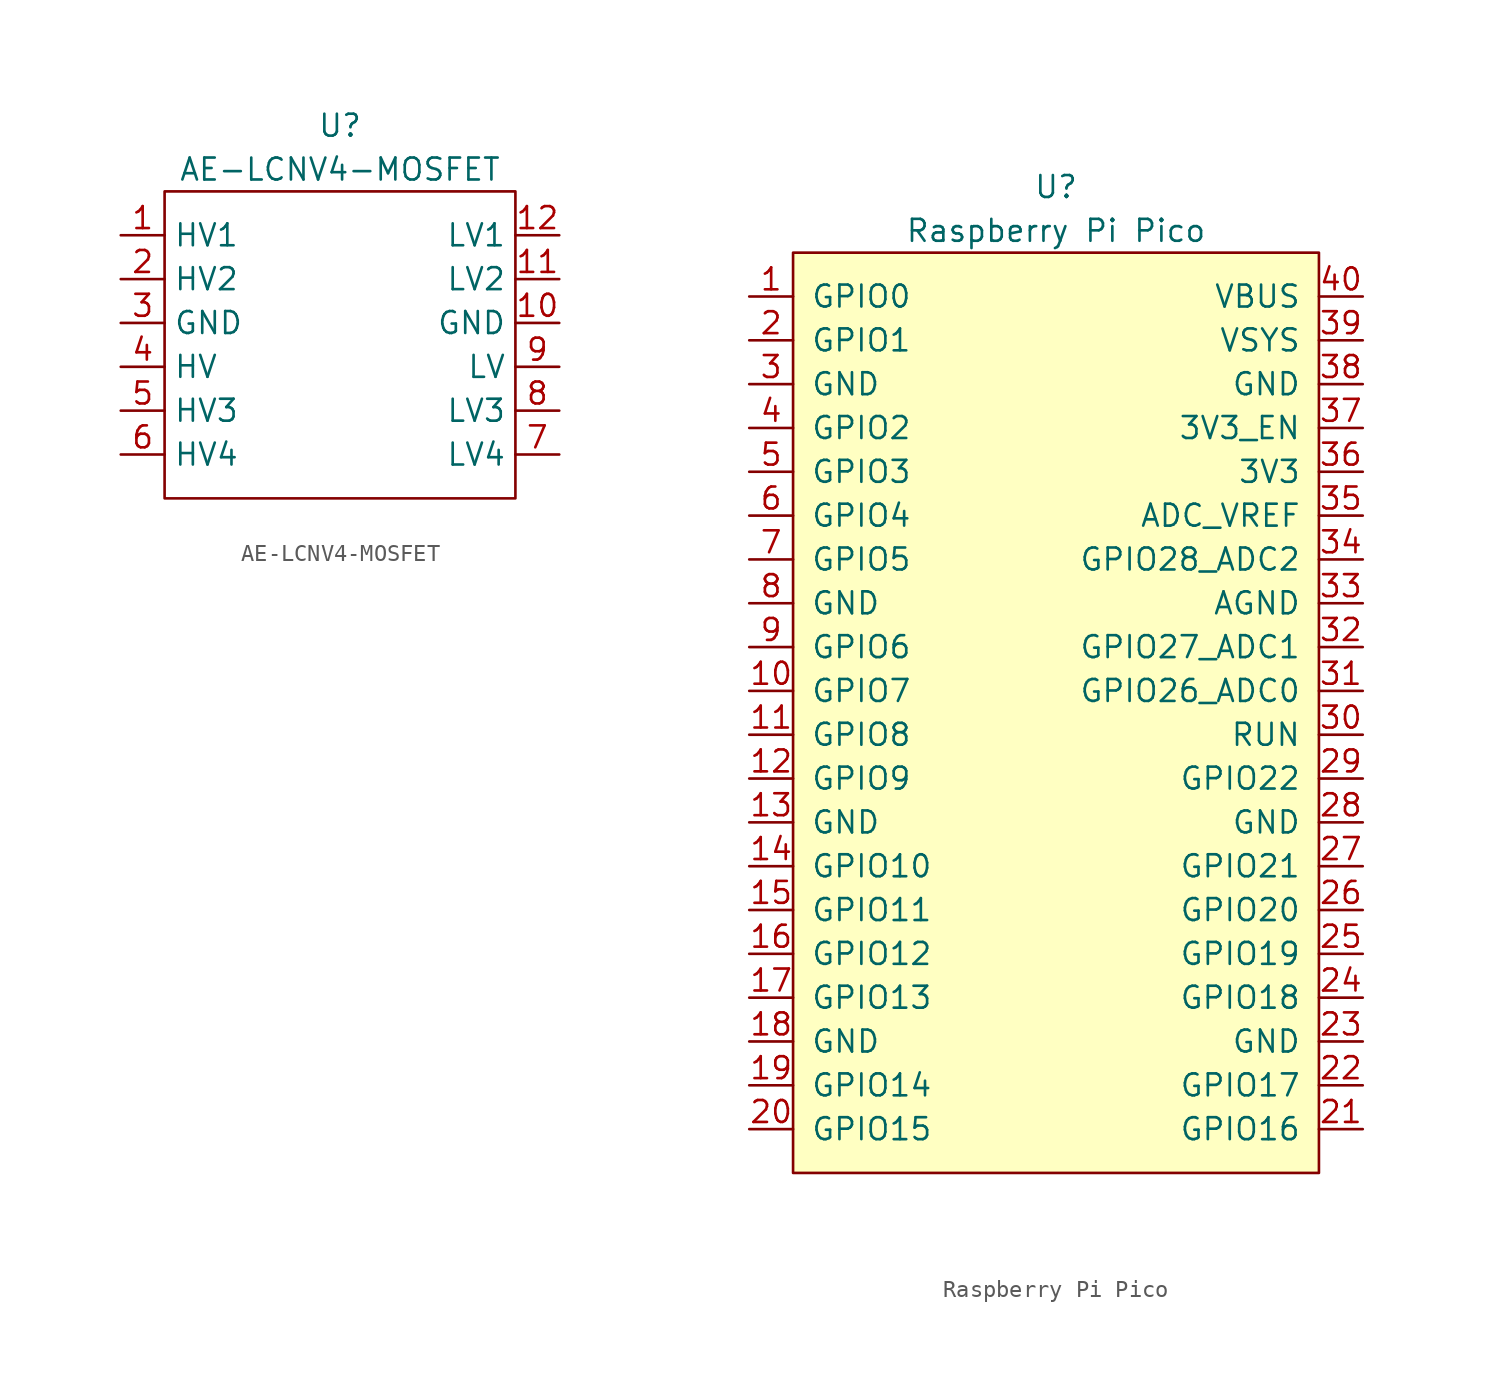
<source format=kicad_sym>
(kicad_symbol_lib
  (version 20211014)
  (generator kicad_symbol_editor)
  (symbol "AE-LCNV4-MOSFET"
    (property "Reference" "U"
      (at 0 12.7 0)
      (effects (font (size 1.27 1.27))))
    (property "Value" "AE-LCNV4-MOSFET"
      (at 0 10.16 0)
      (effects (font (size 1.27 1.27))))
    (symbol "AE-LCNV4-MOSFET_0_0"
      (pin bidirectional line (at -12.7 6.35 0) (length 2.54) (name "HV1" (effects (font (size 1.27 1.27)))) (number "1" (effects (font (size 1.27 1.27)))))
      (pin power_in line (at 12.7 1.27 180) (length 2.54) (name "GND" (effects (font (size 1.27 1.27)))) (number "10" (effects (font (size 1.27 1.27)))))
      (pin bidirectional line (at 12.7 3.81 180) (length 2.54) (name "LV2" (effects (font (size 1.27 1.27)))) (number "11" (effects (font (size 1.27 1.27)))))
      (pin bidirectional line (at 12.7 6.35 180) (length 2.54) (name "LV1" (effects (font (size 1.27 1.27)))) (number "12" (effects (font (size 1.27 1.27)))))
      (pin bidirectional line (at -12.7 3.81 0) (length 2.54) (name "HV2" (effects (font (size 1.27 1.27)))) (number "2" (effects (font (size 1.27 1.27)))))
      (pin power_in line (at -12.7 1.27 0) (length 2.54) (name "GND" (effects (font (size 1.27 1.27)))) (number "3" (effects (font (size 1.27 1.27)))))
      (pin power_in line (at -12.7 -1.27 0) (length 2.54) (name "HV" (effects (font (size 1.27 1.27)))) (number "4" (effects (font (size 1.27 1.27)))))
      (pin bidirectional line (at -12.7 -3.81 0) (length 2.54) (name "HV3" (effects (font (size 1.27 1.27)))) (number "5" (effects (font (size 1.27 1.27)))))
      (pin bidirectional line (at -12.7 -6.35 0) (length 2.54) (name "HV4" (effects (font (size 1.27 1.27)))) (number "6" (effects (font (size 1.27 1.27)))))
      (pin bidirectional line (at 12.7 -6.35 180) (length 2.54) (name "LV4" (effects (font (size 1.27 1.27)))) (number "7" (effects (font (size 1.27 1.27)))))
      (pin bidirectional line (at 12.7 -3.81 180) (length 2.54) (name "LV3" (effects (font (size 1.27 1.27)))) (number "8" (effects (font (size 1.27 1.27)))))
      (pin power_in line (at 12.7 -1.27 180) (length 2.54) (name "LV" (effects (font (size 1.27 1.27)))) (number "9" (effects (font (size 1.27 1.27))))))
    (symbol "AE-LCNV4-MOSFET_0_1"
      (rectangle (start -10.16 8.89) (end 10.16 -8.89) (stroke (width 0) (type default) (color 0 0 0 0)) (fill (type none)))))
  (symbol "Raspberry Pi Pico"
    (pin_names
      (offset 1.016))
    (property "Reference" "U"
      (at 0 30.48 0)
      (effects (font (size 1.27 1.27))))
    (property "Value" "Raspberry Pi Pico"
      (at 0 27.94 0)
      (effects (font (size 1.27 1.27))))
    (symbol "Raspberry Pi Pico_0_1"
      (rectangle (start -15.24 26.67) (end 15.24 -26.67) (stroke (width 0) (type default) (color 0 0 0 0)) (fill (type background))))
    (symbol "Raspberry Pi Pico_1_1"
      (pin bidirectional line (at -17.78 24.13 0) (length 2.54) (name "GPIO0" (effects (font (size 1.27 1.27)))) (number "1" (effects (font (size 1.27 1.27)))))
      (pin bidirectional line (at -17.78 1.27 0) (length 2.54) (name "GPIO7" (effects (font (size 1.27 1.27)))) (number "10" (effects (font (size 1.27 1.27)))))
      (pin bidirectional line (at -17.78 -1.27 0) (length 2.54) (name "GPIO8" (effects (font (size 1.27 1.27)))) (number "11" (effects (font (size 1.27 1.27)))))
      (pin bidirectional line (at -17.78 -3.81 0) (length 2.54) (name "GPIO9" (effects (font (size 1.27 1.27)))) (number "12" (effects (font (size 1.27 1.27)))))
      (pin power_in line (at -17.78 -6.35 0) (length 2.54) (name "GND" (effects (font (size 1.27 1.27)))) (number "13" (effects (font (size 1.27 1.27)))))
      (pin bidirectional line (at -17.78 -8.89 0) (length 2.54) (name "GPIO10" (effects (font (size 1.27 1.27)))) (number "14" (effects (font (size 1.27 1.27)))))
      (pin bidirectional line (at -17.78 -11.43 0) (length 2.54) (name "GPIO11" (effects (font (size 1.27 1.27)))) (number "15" (effects (font (size 1.27 1.27)))))
      (pin bidirectional line (at -17.78 -13.97 0) (length 2.54) (name "GPIO12" (effects (font (size 1.27 1.27)))) (number "16" (effects (font (size 1.27 1.27)))))
      (pin bidirectional line (at -17.78 -16.51 0) (length 2.54) (name "GPIO13" (effects (font (size 1.27 1.27)))) (number "17" (effects (font (size 1.27 1.27)))))
      (pin power_in line (at -17.78 -19.05 0) (length 2.54) (name "GND" (effects (font (size 1.27 1.27)))) (number "18" (effects (font (size 1.27 1.27)))))
      (pin bidirectional line (at -17.78 -21.59 0) (length 2.54) (name "GPIO14" (effects (font (size 1.27 1.27)))) (number "19" (effects (font (size 1.27 1.27)))))
      (pin bidirectional line (at -17.78 21.59 0) (length 2.54) (name "GPIO1" (effects (font (size 1.27 1.27)))) (number "2" (effects (font (size 1.27 1.27)))))
      (pin bidirectional line (at -17.78 -24.13 0) (length 2.54) (name "GPIO15" (effects (font (size 1.27 1.27)))) (number "20" (effects (font (size 1.27 1.27)))))
      (pin bidirectional line (at 17.78 -24.13 180) (length 2.54) (name "GPIO16" (effects (font (size 1.27 1.27)))) (number "21" (effects (font (size 1.27 1.27)))))
      (pin bidirectional line (at 17.78 -21.59 180) (length 2.54) (name "GPIO17" (effects (font (size 1.27 1.27)))) (number "22" (effects (font (size 1.27 1.27)))))
      (pin power_in line (at 17.78 -19.05 180) (length 2.54) (name "GND" (effects (font (size 1.27 1.27)))) (number "23" (effects (font (size 1.27 1.27)))))
      (pin bidirectional line (at 17.78 -16.51 180) (length 2.54) (name "GPIO18" (effects (font (size 1.27 1.27)))) (number "24" (effects (font (size 1.27 1.27)))))
      (pin bidirectional line (at 17.78 -13.97 180) (length 2.54) (name "GPIO19" (effects (font (size 1.27 1.27)))) (number "25" (effects (font (size 1.27 1.27)))))
      (pin bidirectional line (at 17.78 -11.43 180) (length 2.54) (name "GPIO20" (effects (font (size 1.27 1.27)))) (number "26" (effects (font (size 1.27 1.27)))))
      (pin bidirectional line (at 17.78 -8.89 180) (length 2.54) (name "GPIO21" (effects (font (size 1.27 1.27)))) (number "27" (effects (font (size 1.27 1.27)))))
      (pin power_in line (at 17.78 -6.35 180) (length 2.54) (name "GND" (effects (font (size 1.27 1.27)))) (number "28" (effects (font (size 1.27 1.27)))))
      (pin bidirectional line (at 17.78 -3.81 180) (length 2.54) (name "GPIO22" (effects (font (size 1.27 1.27)))) (number "29" (effects (font (size 1.27 1.27)))))
      (pin power_in line (at -17.78 19.05 0) (length 2.54) (name "GND" (effects (font (size 1.27 1.27)))) (number "3" (effects (font (size 1.27 1.27)))))
      (pin input line (at 17.78 -1.27 180) (length 2.54) (name "RUN" (effects (font (size 1.27 1.27)))) (number "30" (effects (font (size 1.27 1.27)))))
      (pin bidirectional line (at 17.78 1.27 180) (length 2.54) (name "GPIO26_ADC0" (effects (font (size 1.27 1.27)))) (number "31" (effects (font (size 1.27 1.27)))))
      (pin bidirectional line (at 17.78 3.81 180) (length 2.54) (name "GPIO27_ADC1" (effects (font (size 1.27 1.27)))) (number "32" (effects (font (size 1.27 1.27)))))
      (pin power_in line (at 17.78 6.35 180) (length 2.54) (name "AGND" (effects (font (size 1.27 1.27)))) (number "33" (effects (font (size 1.27 1.27)))))
      (pin bidirectional line (at 17.78 8.89 180) (length 2.54) (name "GPIO28_ADC2" (effects (font (size 1.27 1.27)))) (number "34" (effects (font (size 1.27 1.27)))))
      (pin unspecified line (at 17.78 11.43 180) (length 2.54) (name "ADC_VREF" (effects (font (size 1.27 1.27)))) (number "35" (effects (font (size 1.27 1.27)))))
      (pin power_out line (at 17.78 13.97 180) (length 2.54) (name "3V3" (effects (font (size 1.27 1.27)))) (number "36" (effects (font (size 1.27 1.27)))))
      (pin input line (at 17.78 16.51 180) (length 2.54) (name "3V3_EN" (effects (font (size 1.27 1.27)))) (number "37" (effects (font (size 1.27 1.27)))))
      (pin power_out line (at 17.78 19.05 180) (length 2.54) (name "GND" (effects (font (size 1.27 1.27)))) (number "38" (effects (font (size 1.27 1.27)))))
      (pin power_out line (at 17.78 21.59 180) (length 2.54) (name "VSYS" (effects (font (size 1.27 1.27)))) (number "39" (effects (font (size 1.27 1.27)))))
      (pin bidirectional line (at -17.78 16.51 0) (length 2.54) (name "GPIO2" (effects (font (size 1.27 1.27)))) (number "4" (effects (font (size 1.27 1.27)))))
      (pin power_out line (at 17.78 24.13 180) (length 2.54) (name "VBUS" (effects (font (size 1.27 1.27)))) (number "40" (effects (font (size 1.27 1.27)))))
      (pin bidirectional line (at -17.78 13.97 0) (length 2.54) (name "GPIO3" (effects (font (size 1.27 1.27)))) (number "5" (effects (font (size 1.27 1.27)))))
      (pin bidirectional line (at -17.78 11.43 0) (length 2.54) (name "GPIO4" (effects (font (size 1.27 1.27)))) (number "6" (effects (font (size 1.27 1.27)))))
      (pin bidirectional line (at -17.78 8.89 0) (length 2.54) (name "GPIO5" (effects (font (size 1.27 1.27)))) (number "7" (effects (font (size 1.27 1.27)))))
      (pin power_in line (at -17.78 6.35 0) (length 2.54) (name "GND" (effects (font (size 1.27 1.27)))) (number "8" (effects (font (size 1.27 1.27)))))
      (pin bidirectional line (at -17.78 3.81 0) (length 2.54) (name "GPIO6" (effects (font (size 1.27 1.27)))) (number "9" (effects (font (size 1.27 1.27))))))))
</source>
